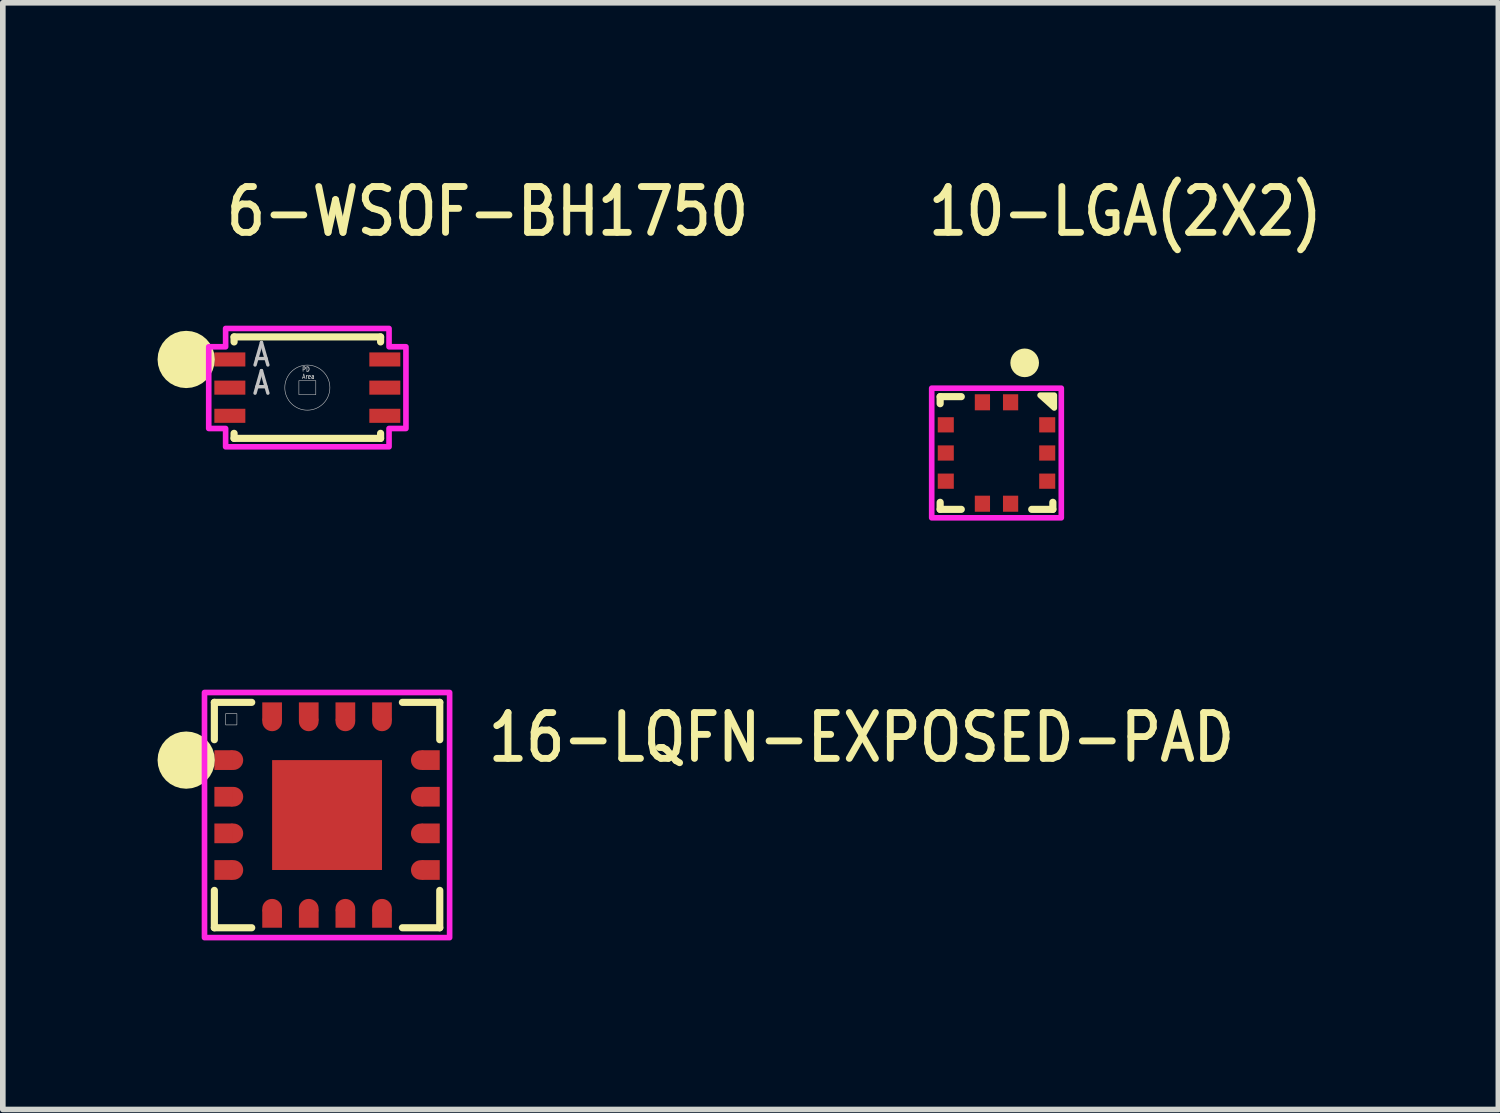
<source format=kicad_pcb>
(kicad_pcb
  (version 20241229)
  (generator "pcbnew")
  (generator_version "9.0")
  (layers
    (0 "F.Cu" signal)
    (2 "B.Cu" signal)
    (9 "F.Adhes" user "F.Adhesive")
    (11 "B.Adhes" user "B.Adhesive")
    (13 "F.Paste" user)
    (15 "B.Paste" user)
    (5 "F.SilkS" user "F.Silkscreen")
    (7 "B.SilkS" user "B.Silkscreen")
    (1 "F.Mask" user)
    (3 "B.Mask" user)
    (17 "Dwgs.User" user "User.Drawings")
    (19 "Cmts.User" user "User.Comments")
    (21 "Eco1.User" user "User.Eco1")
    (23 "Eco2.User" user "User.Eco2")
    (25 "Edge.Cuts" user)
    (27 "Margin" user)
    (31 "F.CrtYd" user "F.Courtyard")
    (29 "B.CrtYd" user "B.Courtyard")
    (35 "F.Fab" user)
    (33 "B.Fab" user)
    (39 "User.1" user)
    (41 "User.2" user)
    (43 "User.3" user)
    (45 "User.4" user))
  (footprint "10-LGA(2X2)"
    (layer "F.Cu")
    (at 14.634 4.989)
    (property "Reference" "10-LGA(2X2)" (at -1.27 -3.81 0) (unlocked yes) (layer "F.SilkS") (effects (font (size 0.813 0.695) (thickness 0.122)) (justify left bottom)))
    (fp_line (start -1 -1) (end -1 -0.875) (stroke (width 0.127) (type solid)) (layer "F.SilkS"))
    (fp_line (start -1 0.875) (end -1 1) (stroke (width 0.127) (type solid)) (layer "F.SilkS"))
    (fp_line (start -1 1) (end -0.625 1) (stroke (width 0.127) (type solid)) (layer "F.SilkS"))
    (fp_line (start -0.625 -1) (end -1 -1) (stroke (width 0.127) (type solid)) (layer "F.SilkS"))
    (fp_line (start 0.625 1) (end 1 1) (stroke (width 0.127) (type solid)) (layer "F.SilkS"))
    (fp_line (start 1 1) (end 1 0.875) (stroke (width 0.127) (type solid)) (layer "F.SilkS"))
    (fp_circle (center 0.5 -1.6) (end 0.754 -1.6) (stroke (width 0) (type solid)) (fill yes) (layer "F.SilkS"))
    (fp_poly (pts (xy 0.775 -1.025) (xy 1.025 -1.025) (xy 1.025 -0.8)) (stroke (width 0.102) (type solid)) (fill yes) (layer "F.SilkS"))
    (fp_poly (pts (xy -1.15 -1.15) (xy 1.15 -1.15) (xy 1.15 1.15) (xy -1.15 1.15)) (stroke (width 0.1) (type solid)) (fill no) (layer "F.CrtYd"))
    (pad "1" smd rect (at 0.25 -0.9) (size 0.27 0.285) (layers "F.Cu" "F.Mask" "F.Paste"))
    (pad "2" smd rect (at -0.25 -0.9) (size 0.27 0.285) (layers "F.Cu" "F.Mask" "F.Paste"))
    (pad "3" smd rect (at -0.9 -0.5) (size 0.285 0.27) (layers "F.Cu" "F.Mask" "F.Paste"))
    (pad "4" smd rect (at -0.9 0) (size 0.285 0.27) (layers "F.Cu" "F.Mask" "F.Paste"))
    (pad "5" smd rect (at -0.9 0.5) (size 0.285 0.27) (layers "F.Cu" "F.Mask" "F.Paste"))
    (pad "6" smd rect (at -0.25 0.9) (size 0.27 0.285) (layers "F.Cu" "F.Mask" "F.Paste"))
    (pad "7" smd rect (at 0.25 0.9) (size 0.27 0.285) (layers "F.Cu" "F.Mask" "F.Paste"))
    (pad "8" smd rect (at 0.9 0.5) (size 0.285 0.27) (layers "F.Cu" "F.Mask" "F.Paste"))
    (pad "9" smd rect (at 0.9 0) (size 0.285 0.27) (layers "F.Cu" "F.Mask" "F.Paste"))
    (pad "10" smd rect (at 0.9 -0.5) (size 0.285 0.27) (layers "F.Cu" "F.Mask" "F.Paste")))
  (footprint "6-WSOF-BH1750"
    (layer "F.Cu")
    (at 2.404 3.829)
    (property "Reference" "6-WSOF-BH1750" (at -1.5 -2.65 0) (unlocked yes) (layer "F.SilkS") (effects (font (size 0.813 0.695) (thickness 0.122)) (justify left bottom)))
    (fp_line (start -1.3 -0.9) (end -1.3 -0.811) (stroke (width 0.127) (type solid)) (layer "F.SilkS"))
    (fp_line (start -1.3 -0.9) (end 1.3 -0.9) (stroke (width 0.127) (type solid)) (layer "F.SilkS"))
    (fp_line (start -1.3 0.9) (end -1.3 0.811) (stroke (width 0.127) (type solid)) (layer "F.SilkS"))
    (fp_line (start -1.3 0.9) (end 1.3 0.9) (stroke (width 0.127) (type solid)) (layer "F.SilkS"))
    (fp_line (start 1.3 -0.9) (end 1.3 -0.811) (stroke (width 0.127) (type solid)) (layer "F.SilkS"))
    (fp_line (start 1.3 0.9) (end 1.3 0.811) (stroke (width 0.127) (type solid)) (layer "F.SilkS"))
    (fp_circle (center -2.15 -0.5) (end -2.15 -0.5) (stroke (width 0.508) (type solid)) (fill no) (layer "F.SilkS"))
    (fp_rect (start -0.15 0.125) (end 0.15 -0.125) (stroke (width 0.01) (type solid)) (fill no) (layer "Dwgs.User"))
    (fp_circle (center 0 0) (end 0.4 0) (stroke (width 0.01) (type solid)) (fill no) (layer "Dwgs.User"))
    (fp_poly (pts (xy -1.75 -0.725) (xy -1.45 -0.725) (xy -1.45 -1.05) (xy 1.45 -1.05) (xy 1.45 -0.725) (xy 1.75 -0.725) (xy 1.75 0.725) (xy 1.45 0.725) (xy 1.45 1.05) (xy -1.45 1.05) (xy -1.45 0.725) (xy -1.75 0.725)) (stroke (width 0.1) (type solid)) (fill no) (layer "F.CrtYd"))
    (fp_text user "PD \nArea" (at -0.1 -0.15 0) (unlocked yes) (layer "Dwgs.User") (effects (font (size 0.08 0.068) (thickness 0.012)) (justify left bottom)))
    (fp_text user "A" (at -1 0.15 0) (unlocked yes) (layer "Dwgs.User") (effects (font (size 0.4 0.342) (thickness 0.06)) (justify left bottom)))
    (fp_text user "A" (at -1 -0.35 0) (unlocked yes) (layer "Dwgs.User") (effects (font (size 0.4 0.342) (thickness 0.06)) (justify left bottom)))
    (pad "1" smd rect (at -1.375 -0.5) (size 0.55 0.25) (layers "F.Cu" "F.Mask" "F.Paste"))
    (pad "2" smd rect (at -1.375 0) (size 0.55 0.25) (layers "F.Cu" "F.Mask" "F.Paste"))
    (pad "3" smd rect (at -1.375 0.5) (size 0.55 0.25) (layers "F.Cu" "F.Mask" "F.Paste"))
    (pad "4" smd rect (at 1.375 0.5) (size 0.55 0.25) (layers "F.Cu" "F.Mask" "F.Paste"))
    (pad "5" smd rect (at 1.375 0) (size 0.55 0.25) (layers "F.Cu" "F.Mask" "F.Paste"))
    (pad "6" smd rect (at 1.375 -0.5) (size 0.55 0.25) (layers "F.Cu" "F.Mask" "F.Paste")))
  (footprint "16-LQFN-EXPOSED-PAD"
    (layer "F.Cu")
    (at 2.754 11.414)
    (property "Reference" "16-LQFN-EXPOSED-PAD" (at 2.8 -0.9 0) (unlocked yes) (layer "F.SilkS") (effects (font (size 0.813 0.695) (thickness 0.122)) (justify left bottom)))
    (fp_circle (center -1.663 -0.975) (end -1.488 -0.975) (stroke (width 0) (type solid)) (fill yes) (layer "F.Cu"))
    (fp_circle (center -1.663 -0.325) (end -1.488 -0.325) (stroke (width 0) (type solid)) (fill yes) (layer "F.Cu"))
    (fp_circle (center -1.663 0.325) (end -1.488 0.325) (stroke (width 0) (type solid)) (fill yes) (layer "F.Cu"))
    (fp_circle (center -1.663 0.975) (end -1.488 0.975) (stroke (width 0) (type solid)) (fill yes) (layer "F.Cu"))
    (fp_circle (center -0.975 -1.663) (end -0.8 -1.663) (stroke (width 0) (type solid)) (fill yes) (layer "F.Cu"))
    (fp_circle (center -0.975 1.663) (end -0.8 1.663) (stroke (width 0) (type solid)) (fill yes) (layer "F.Cu"))
    (fp_circle (center -0.325 -1.663) (end -0.15 -1.663) (stroke (width 0) (type solid)) (fill yes) (layer "F.Cu"))
    (fp_circle (center -0.325 1.663) (end -0.15 1.663) (stroke (width 0) (type solid)) (fill yes) (layer "F.Cu"))
    (fp_circle (center 0.325 -1.663) (end 0.5 -1.663) (stroke (width 0) (type solid)) (fill yes) (layer "F.Cu"))
    (fp_circle (center 0.325 1.663) (end 0.5 1.663) (stroke (width 0) (type solid)) (fill yes) (layer "F.Cu"))
    (fp_circle (center 0.975 -1.663) (end 1.15 -1.663) (stroke (width 0) (type solid)) (fill yes) (layer "F.Cu"))
    (fp_circle (center 0.975 1.663) (end 1.15 1.663) (stroke (width 0) (type solid)) (fill yes) (layer "F.Cu"))
    (fp_circle (center 1.663 -0.975) (end 1.837 -0.975) (stroke (width 0) (type solid)) (fill yes) (layer "F.Cu"))
    (fp_circle (center 1.663 -0.325) (end 1.837 -0.325) (stroke (width 0) (type solid)) (fill yes) (layer "F.Cu"))
    (fp_circle (center 1.663 0.325) (end 1.837 0.325) (stroke (width 0) (type solid)) (fill yes) (layer "F.Cu"))
    (fp_circle (center 1.663 0.975) (end 1.837 0.975) (stroke (width 0) (type solid)) (fill yes) (layer "F.Cu"))
    (fp_poly (pts (xy -2.1 -1.25) (xy -1.688 -1.25) (xy -1.387 -0.975) (xy -1.688 -0.7) (xy -2.1 -0.7)) (stroke (width 0) (type solid)) (fill yes) (layer "F.Mask"))
    (fp_poly (pts (xy -2.1 -0.6) (xy -1.688 -0.6) (xy -1.387 -0.325) (xy -1.688 -0.05) (xy -2.1 -0.05)) (stroke (width 0) (type solid)) (fill yes) (layer "F.Mask"))
    (fp_poly (pts (xy -2.1 0.05) (xy -1.688 0.05) (xy -1.387 0.325) (xy -1.688 0.6) (xy -2.1 0.6)) (stroke (width 0) (type solid)) (fill yes) (layer "F.Mask"))
    (fp_poly (pts (xy -2.1 0.7) (xy -1.688 0.7) (xy -1.387 0.975) (xy -1.688 1.25) (xy -2.1 1.25)) (stroke (width 0) (type solid)) (fill yes) (layer "F.Mask"))
    (fp_poly (pts (xy -1.25 2.1) (xy -1.25 1.688) (xy -0.975 1.387) (xy -0.7 1.688) (xy -0.7 2.1)) (stroke (width 0) (type solid)) (fill yes) (layer "F.Mask"))
    (fp_poly (pts (xy -0.7 -2.1) (xy -0.7 -1.688) (xy -0.975 -1.387) (xy -1.25 -1.688) (xy -1.25 -2.1)) (stroke (width 0) (type solid)) (fill yes) (layer "F.Mask"))
    (fp_poly (pts (xy -0.6 2.1) (xy -0.6 1.688) (xy -0.325 1.387) (xy -0.05 1.688) (xy -0.05 2.1)) (stroke (width 0) (type solid)) (fill yes) (layer "F.Mask"))
    (fp_poly (pts (xy -0.05 -2.1) (xy -0.05 -1.688) (xy -0.325 -1.387) (xy -0.6 -1.688) (xy -0.6 -2.1)) (stroke (width 0) (type solid)) (fill yes) (layer "F.Mask"))
    (fp_poly (pts (xy 0.05 2.1) (xy 0.05 1.688) (xy 0.325 1.387) (xy 0.6 1.688) (xy 0.6 2.1)) (stroke (width 0) (type solid)) (fill yes) (layer "F.Mask"))
    (fp_poly (pts (xy 0.6 -2.1) (xy 0.6 -1.688) (xy 0.325 -1.387) (xy 0.05 -1.688) (xy 0.05 -2.1)) (stroke (width 0) (type solid)) (fill yes) (layer "F.Mask"))
    (fp_poly (pts (xy 0.7 2.1) (xy 0.7 1.688) (xy 0.975 1.387) (xy 1.25 1.688) (xy 1.25 2.1)) (stroke (width 0) (type solid)) (fill yes) (layer "F.Mask"))
    (fp_poly (pts (xy 1.25 -2.1) (xy 1.25 -1.688) (xy 0.975 -1.387) (xy 0.7 -1.688) (xy 0.7 -2.1)) (stroke (width 0) (type solid)) (fill yes) (layer "F.Mask"))
    (fp_poly (pts (xy 2.1 -0.7) (xy 1.688 -0.7) (xy 1.387 -0.975) (xy 1.688 -1.25) (xy 2.1 -1.25)) (stroke (width 0) (type solid)) (fill yes) (layer "F.Mask"))
    (fp_poly (pts (xy 2.1 -0.05) (xy 1.688 -0.05) (xy 1.387 -0.325) (xy 1.688 -0.6) (xy 2.1 -0.6)) (stroke (width 0) (type solid)) (fill yes) (layer "F.Mask"))
    (fp_poly (pts (xy 2.1 0.6) (xy 1.688 0.6) (xy 1.387 0.325) (xy 1.688 0.05) (xy 2.1 0.05)) (stroke (width 0) (type solid)) (fill yes) (layer "F.Mask"))
    (fp_poly (pts (xy 2.1 1.25) (xy 1.688 1.25) (xy 1.387 0.975) (xy 1.688 0.7) (xy 2.1 0.7)) (stroke (width 0) (type solid)) (fill yes) (layer "F.Mask"))
    (fp_line (start -2 -2) (end -1.337 -2) (stroke (width 0.127) (type solid)) (layer "F.SilkS"))
    (fp_line (start -2 -1.337) (end -2 -2) (stroke (width 0.127) (type solid)) (layer "F.SilkS"))
    (fp_line (start -2 2) (end -2 1.337) (stroke (width 0.127) (type solid)) (layer "F.SilkS"))
    (fp_line (start -1.337 2) (end -2 2) (stroke (width 0.127) (type solid)) (layer "F.SilkS"))
    (fp_line (start 1.337 -2) (end 2 -2) (stroke (width 0.127) (type solid)) (layer "F.SilkS"))
    (fp_line (start 2 -2) (end 2 -1.337) (stroke (width 0.127) (type solid)) (layer "F.SilkS"))
    (fp_line (start 2 1.337) (end 2 2) (stroke (width 0.127) (type solid)) (layer "F.SilkS"))
    (fp_line (start 2 2) (end 1.337 2) (stroke (width 0.127) (type solid)) (layer "F.SilkS"))
    (fp_circle (center -2.5 -0.975) (end -2.5 -0.975) (stroke (width 0.508) (type solid)) (fill no) (layer "F.SilkS"))
    (fp_circle (center -1.663 -0.975) (end -1.488 -0.975) (stroke (width 0) (type solid)) (fill yes) (layer "F.Paste"))
    (fp_circle (center -1.663 -0.325) (end -1.488 -0.325) (stroke (width 0) (type solid)) (fill yes) (layer "F.Paste"))
    (fp_circle (center -1.663 0.325) (end -1.488 0.325) (stroke (width 0) (type solid)) (fill yes) (layer "F.Paste"))
    (fp_circle (center -1.663 0.975) (end -1.488 0.975) (stroke (width 0) (type solid)) (fill yes) (layer "F.Paste"))
    (fp_circle (center -0.975 -1.663) (end -0.8 -1.663) (stroke (width 0) (type solid)) (fill yes) (layer "F.Paste"))
    (fp_circle (center -0.975 1.663) (end -0.8 1.663) (stroke (width 0) (type solid)) (fill yes) (layer "F.Paste"))
    (fp_circle (center -0.325 -1.663) (end -0.15 -1.663) (stroke (width 0) (type solid)) (fill yes) (layer "F.Paste"))
    (fp_circle (center -0.325 1.663) (end -0.15 1.663) (stroke (width 0) (type solid)) (fill yes) (layer "F.Paste"))
    (fp_circle (center 0.325 -1.663) (end 0.5 -1.663) (stroke (width 0) (type solid)) (fill yes) (layer "F.Paste"))
    (fp_circle (center 0.325 1.663) (end 0.5 1.663) (stroke (width 0) (type solid)) (fill yes) (layer "F.Paste"))
    (fp_circle (center 0.975 -1.663) (end 1.15 -1.663) (stroke (width 0) (type solid)) (fill yes) (layer "F.Paste"))
    (fp_circle (center 0.975 1.663) (end 1.15 1.663) (stroke (width 0) (type solid)) (fill yes) (layer "F.Paste"))
    (fp_circle (center 1.663 -0.975) (end 1.837 -0.975) (stroke (width 0) (type solid)) (fill yes) (layer "F.Paste"))
    (fp_circle (center 1.663 -0.325) (end 1.837 -0.325) (stroke (width 0) (type solid)) (fill yes) (layer "F.Paste"))
    (fp_circle (center 1.663 0.325) (end 1.837 0.325) (stroke (width 0) (type solid)) (fill yes) (layer "F.Paste"))
    (fp_circle (center 1.663 0.975) (end 1.837 0.975) (stroke (width 0) (type solid)) (fill yes) (layer "F.Paste"))
    (fp_rect (start -1.8 -1.6) (end -1.6 -1.8) (stroke (width 0.01) (type solid)) (fill no) (layer "Dwgs.User"))
    (fp_poly (pts (xy -2.175 -2.175) (xy 2.175 -2.175) (xy 2.175 2.175) (xy -2.175 2.175)) (stroke (width 0.1) (type solid)) (fill no) (layer "F.CrtYd"))
    (pad "1" smd rect (at -1.837 -0.975) (size 0.325 0.35) (layers "F.Cu" "F.Paste"))
    (pad "2" smd rect (at -1.837 -0.325) (size 0.325 0.35) (layers "F.Cu" "F.Paste"))
    (pad "3" smd rect (at -1.837 0.325) (size 0.325 0.35) (layers "F.Cu" "F.Paste"))
    (pad "4" smd rect (at -1.837 0.975) (size 0.325 0.35) (layers "F.Cu" "F.Paste"))
    (pad "5" smd rect (at -0.975 1.837 90) (size 0.325 0.35) (layers "F.Cu" "F.Paste"))
    (pad "6" smd rect (at -0.325 1.837 90) (size 0.325 0.35) (layers "F.Cu" "F.Paste"))
    (pad "7" smd rect (at 0.325 1.837 90) (size 0.325 0.35) (layers "F.Cu" "F.Paste"))
    (pad "8" smd rect (at 0.975 1.837 90) (size 0.325 0.35) (layers "F.Cu" "F.Paste"))
    (pad "9" smd rect (at 1.837 0.975 180) (size 0.325 0.35) (layers "F.Cu" "F.Paste"))
    (pad "10" smd rect (at 1.837 0.325 180) (size 0.325 0.35) (layers "F.Cu" "F.Paste"))
    (pad "11" smd rect (at 1.837 -0.325 180) (size 0.325 0.35) (layers "F.Cu" "F.Paste"))
    (pad "12" smd rect (at 1.837 -0.975 180) (size 0.325 0.35) (layers "F.Cu" "F.Paste"))
    (pad "13" smd rect (at 0.975 -1.837 270) (size 0.325 0.35) (layers "F.Cu" "F.Paste"))
    (pad "14" smd rect (at 0.325 -1.837 270) (size 0.325 0.35) (layers "F.Cu" "F.Paste"))
    (pad "15" smd rect (at -0.325 -1.837 270) (size 0.325 0.35) (layers "F.Cu" "F.Paste"))
    (pad "16" smd rect (at -0.975 -1.837 270) (size 0.325 0.35) (layers "F.Cu" "F.Paste"))
    (pad "17" smd rect (at 0 0) (size 1.95 1.95) (layers "F.Cu" "F.Mask" "F.Paste")))
  (gr_rect
    (start -3 -3)
    (end 23.54 16.639)
    (stroke (width 0.1) (type default))
    (fill no)
    (layer "Edge.Cuts")))
</source>
